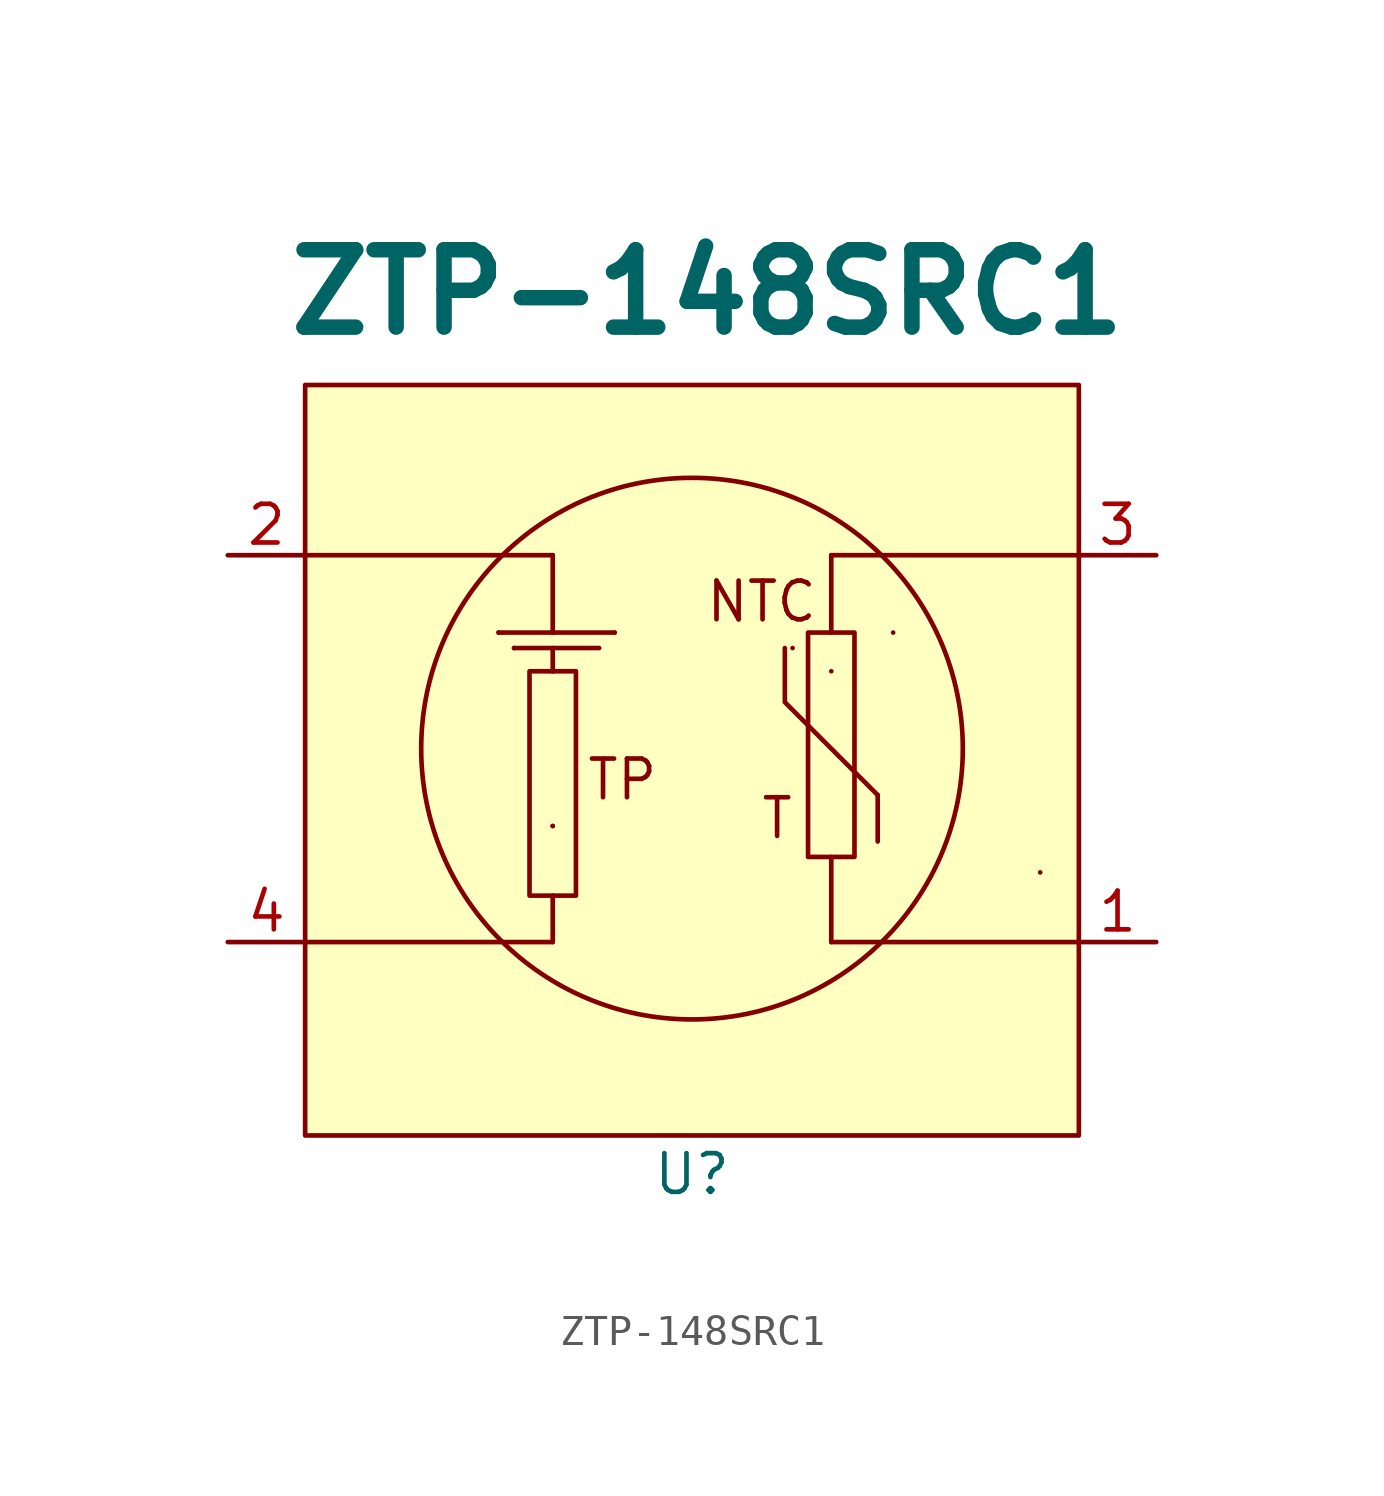
<source format=kicad_sym>
(kicad_symbol_lib
  (version 20241209)
  (generator "kicad_symbol_editor")
  (generator_version "9.0")
  (symbol "ZTP-148SRC1"
    (pin_names
      (hide yes))
    (property "Reference" "U"
      (at 0 -13.97 0)
      (effects (font (size 1.27 1.27))))
    (property "Value" "ZTP-148SRC1"
      (at 0.508 14.986 0)
      (effects (font (size 2.54 2.54) (thickness 0.508) (bold yes))))
    (symbol "ZTP-148SRC1_0_1"
      (polyline (pts (xy -12.7 6.35) (xy -4.572 6.35)) (stroke (width 0) (type default)) (fill (type none)))
      (polyline (pts (xy -12.7 -6.35) (xy -4.572 -6.35)) (stroke (width 0) (type default)) (fill (type none)))
      (polyline (pts (xy -6.35 3.81) (xy -6.35 3.81)) (stroke (width 0) (type default)) (fill (type none)))
      (polyline (pts (xy -6.35 3.81) (xy -2.54 3.81)) (stroke (width 0) (type default)) (fill (type none)))
      (polyline (pts (xy -5.842 3.302) (xy -5.842 3.302)) (stroke (width 0) (type default)) (fill (type none)))
      (rectangle (start -5.334 2.54) (end -3.81 -4.826) (stroke (width 0) (type default)) (fill (type none)))
      (polyline (pts (xy -4.572 6.35) (xy -4.572 6.35)) (stroke (width 0) (type default)) (fill (type none)))
      (polyline (pts (xy -4.572 3.81) (xy -4.572 6.35)) (stroke (width 0) (type default)) (fill (type none)))
      (polyline (pts (xy -4.572 3.81) (xy -4.572 3.81)) (stroke (width 0) (type default)) (fill (type none)))
      (polyline (pts (xy -4.572 3.302) (xy -4.572 2.54)) (stroke (width 0) (type default)) (fill (type none)))
      (polyline (pts (xy -4.572 2.54) (xy -4.572 2.54)) (stroke (width 0) (type default)) (fill (type none)))
      (polyline (pts (xy -4.572 -2.54) (xy -4.572 -2.54)) (stroke (width 0) (type default)) (fill (type none)))
      (polyline (pts (xy -4.572 -2.54) (xy -4.572 -2.54)) (stroke (width 0) (type default)) (fill (type none)))
      (polyline (pts (xy -4.572 -6.35) (xy -4.572 -4.826)) (stroke (width 0) (type default)) (fill (type none)))
      (polyline (pts (xy -3.048 3.302) (xy -5.842 3.302)) (stroke (width 0) (type default)) (fill (type none)))
      (polyline (pts (xy -2.54 3.81) (xy -2.54 3.81)) (stroke (width 0) (type default)) (fill (type none)))
      (circle (center 0 0) (radius 8.89) (stroke (width 0) (type default)) (fill (type none)))
      (polyline (pts (xy 3.048 3.302) (xy 3.048 1.524) (xy 6.096 -1.524)) (stroke (width 0) (type default)) (fill (type none)))
      (polyline (pts (xy 3.302 3.302) (xy 3.302 3.302)) (stroke (width 0) (type default)) (fill (type none)))
      (rectangle (start 3.81 3.81) (end 5.334 -3.556) (stroke (width 0) (type default)) (fill (type none)))
      (polyline (pts (xy 4.572 6.35) (xy 12.7 6.35)) (stroke (width 0) (type default)) (fill (type none)))
      (polyline (pts (xy 4.572 3.81) (xy 4.572 6.35)) (stroke (width 0) (type default)) (fill (type none)))
      (polyline (pts (xy 4.572 3.81) (xy 4.572 3.81)) (stroke (width 0) (type default)) (fill (type none)))
      (polyline (pts (xy 4.572 2.54) (xy 4.572 2.54)) (stroke (width 0) (type default)) (fill (type none)))
      (polyline (pts (xy 4.572 -6.35) (xy 4.572 -3.556)) (stroke (width 0) (type default)) (fill (type none)))
      (polyline (pts (xy 4.572 -6.35) (xy 12.7 -6.35)) (stroke (width 0) (type default)) (fill (type none)))
      (polyline (pts (xy 6.096 -3.048) (xy 6.096 -1.524)) (stroke (width 0) (type default)) (fill (type none)))
      (polyline (pts (xy 6.604 3.81) (xy 6.604 3.81)) (stroke (width 0) (type default)) (fill (type none)))
      (polyline (pts (xy 11.43 -4.064) (xy 11.43 -4.064)) (stroke (width 0) (type default)) (fill (type none))))
    (symbol "ZTP-148SRC1_1_1"
      (rectangle (start -12.7 11.938) (end 12.7 -12.7) (stroke (width 0) (type solid)) (fill (type background)))
      (text "TP" (at -2.286 -1.016 0) (effects (font (size 1.27 1.27))))
      (text "NTC" (at 2.286 4.826 0) (effects (font (size 1.27 1.27))))
      (text "T" (at 2.794 -2.286 0) (effects (font (size 1.27 1.27))))
      (pin passive line (at -15.24 6.35 0) (length 2.54) (name "THERMOPILE" (effects (font (size 1.27 1.27)))) (number "2" (effects (font (size 1.27 1.27)))))
      (pin power_in line (at -15.24 -6.35 0) (length 2.54) (name "THERMOPILE_GND" (effects (font (size 1.27 1.27)))) (number "4" (effects (font (size 1.27 1.27)))))
      (pin passive line (at 15.24 6.35 180) (length 2.54) (name "THERMISTOR" (effects (font (size 1.27 1.27)))) (number "3" (effects (font (size 1.27 1.27)))))
      (pin power_in line (at 15.24 -6.35 180) (length 2.54) (name "THERMISTOR_GND" (effects (font (size 1.27 1.27)))) (number "1" (effects (font (size 1.27 1.27))))))))
</source>
